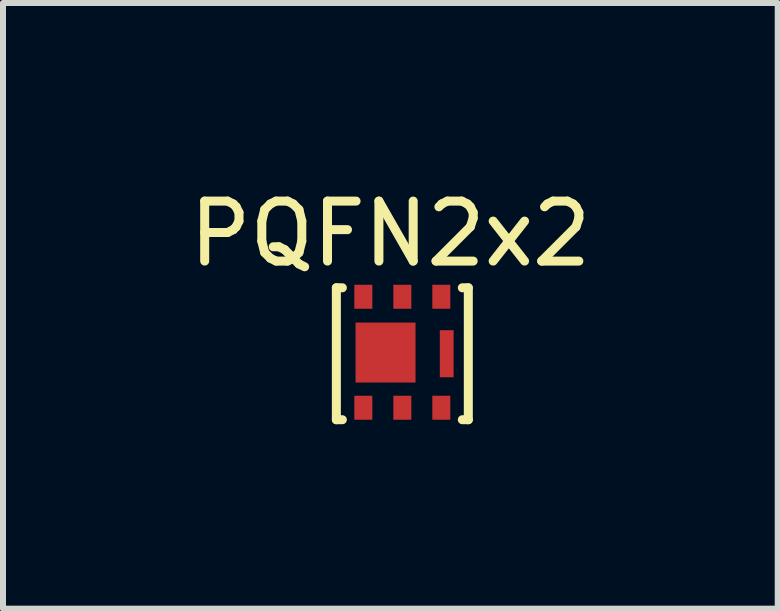
<source format=kicad_pcb>
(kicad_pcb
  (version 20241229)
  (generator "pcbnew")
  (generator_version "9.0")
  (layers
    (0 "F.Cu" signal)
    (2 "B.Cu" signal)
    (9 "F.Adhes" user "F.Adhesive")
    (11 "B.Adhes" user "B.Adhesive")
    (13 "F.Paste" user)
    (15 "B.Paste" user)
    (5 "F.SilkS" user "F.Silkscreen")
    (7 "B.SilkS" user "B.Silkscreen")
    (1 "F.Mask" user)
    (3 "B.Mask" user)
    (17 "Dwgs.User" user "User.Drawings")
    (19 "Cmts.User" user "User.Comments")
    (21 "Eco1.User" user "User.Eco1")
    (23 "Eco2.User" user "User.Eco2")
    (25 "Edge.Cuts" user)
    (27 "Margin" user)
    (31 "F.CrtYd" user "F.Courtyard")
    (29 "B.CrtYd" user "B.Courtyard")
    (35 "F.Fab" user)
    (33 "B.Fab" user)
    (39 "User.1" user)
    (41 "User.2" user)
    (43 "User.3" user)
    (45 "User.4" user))
  (footprint "PQFN2x2"
    (layer "F.Cu")
    (at 2.658 3.848)
    (property "Reference" "PQFN2x2" (at 0.8 -3 0) (layer "F.SilkS") (effects (font (size 1 1) (thickness 0.15))))
    (attr through_hole)
    (fp_line (start -0.1 -2.1) (end -0.1 0.1) (stroke (width 0.15) (type solid)) (layer "F.SilkS"))
    (fp_line (start -0.1 -2.1) (end 0 -2.1) (stroke (width 0.15) (type solid)) (layer "F.SilkS"))
    (fp_line (start -0.1 0.1) (end 0 0.1) (stroke (width 0.15) (type solid)) (layer "F.SilkS"))
    (fp_line (start 2.1 -2.1) (end 2 -2.1) (stroke (width 0.15) (type solid)) (layer "F.SilkS"))
    (fp_line (start 2.1 0.1) (end 2 0.1) (stroke (width 0.15) (type solid)) (layer "F.SilkS"))
    (fp_line (start 2.1 0.1) (end 2.1 -2.1) (stroke (width 0.15) (type solid)) (layer "F.SilkS"))
    (pad "1" smd rect (at 0.35 -1.95) (size 0.3 0.4) (layers "F.Cu" "F.Mask" "F.Paste"))
    (pad "1" smd rect (at 0.35 -0.1) (size 0.3 0.4) (layers "F.Cu" "F.Mask" "F.Paste"))
    (pad "1" smd rect (at 1 -1.95) (size 0.3 0.4) (layers "F.Cu" "F.Mask" "F.Paste"))
    (pad "1" smd rect (at 1 -0.1) (size 0.3 0.4) (layers "F.Cu" "F.Mask" "F.Paste"))
    (pad "2" smd rect (at 1.65 -0.1) (size 0.3 0.4) (layers "F.Cu" "F.Mask" "F.Paste"))
    (pad "3" smd rect (at 1.65 -1.95) (size 0.3 0.4) (layers "F.Cu" "F.Mask" "F.Paste"))
    (pad "3" smd rect (at 1.74 -1) (size 0.23 0.785) (layers "F.Cu" "F.Mask" "F.Paste"))
    (pad "7" smd rect (at 0.72 -1.02) (size 1 1) (layers "F.Cu" "F.Mask" "F.Paste")))
  (gr_rect
    (start -3 -3)
    (end 9.917 7.098)
    (stroke (width 0.1) (type default))
    (fill no)
    (layer "Edge.Cuts")))
</source>
